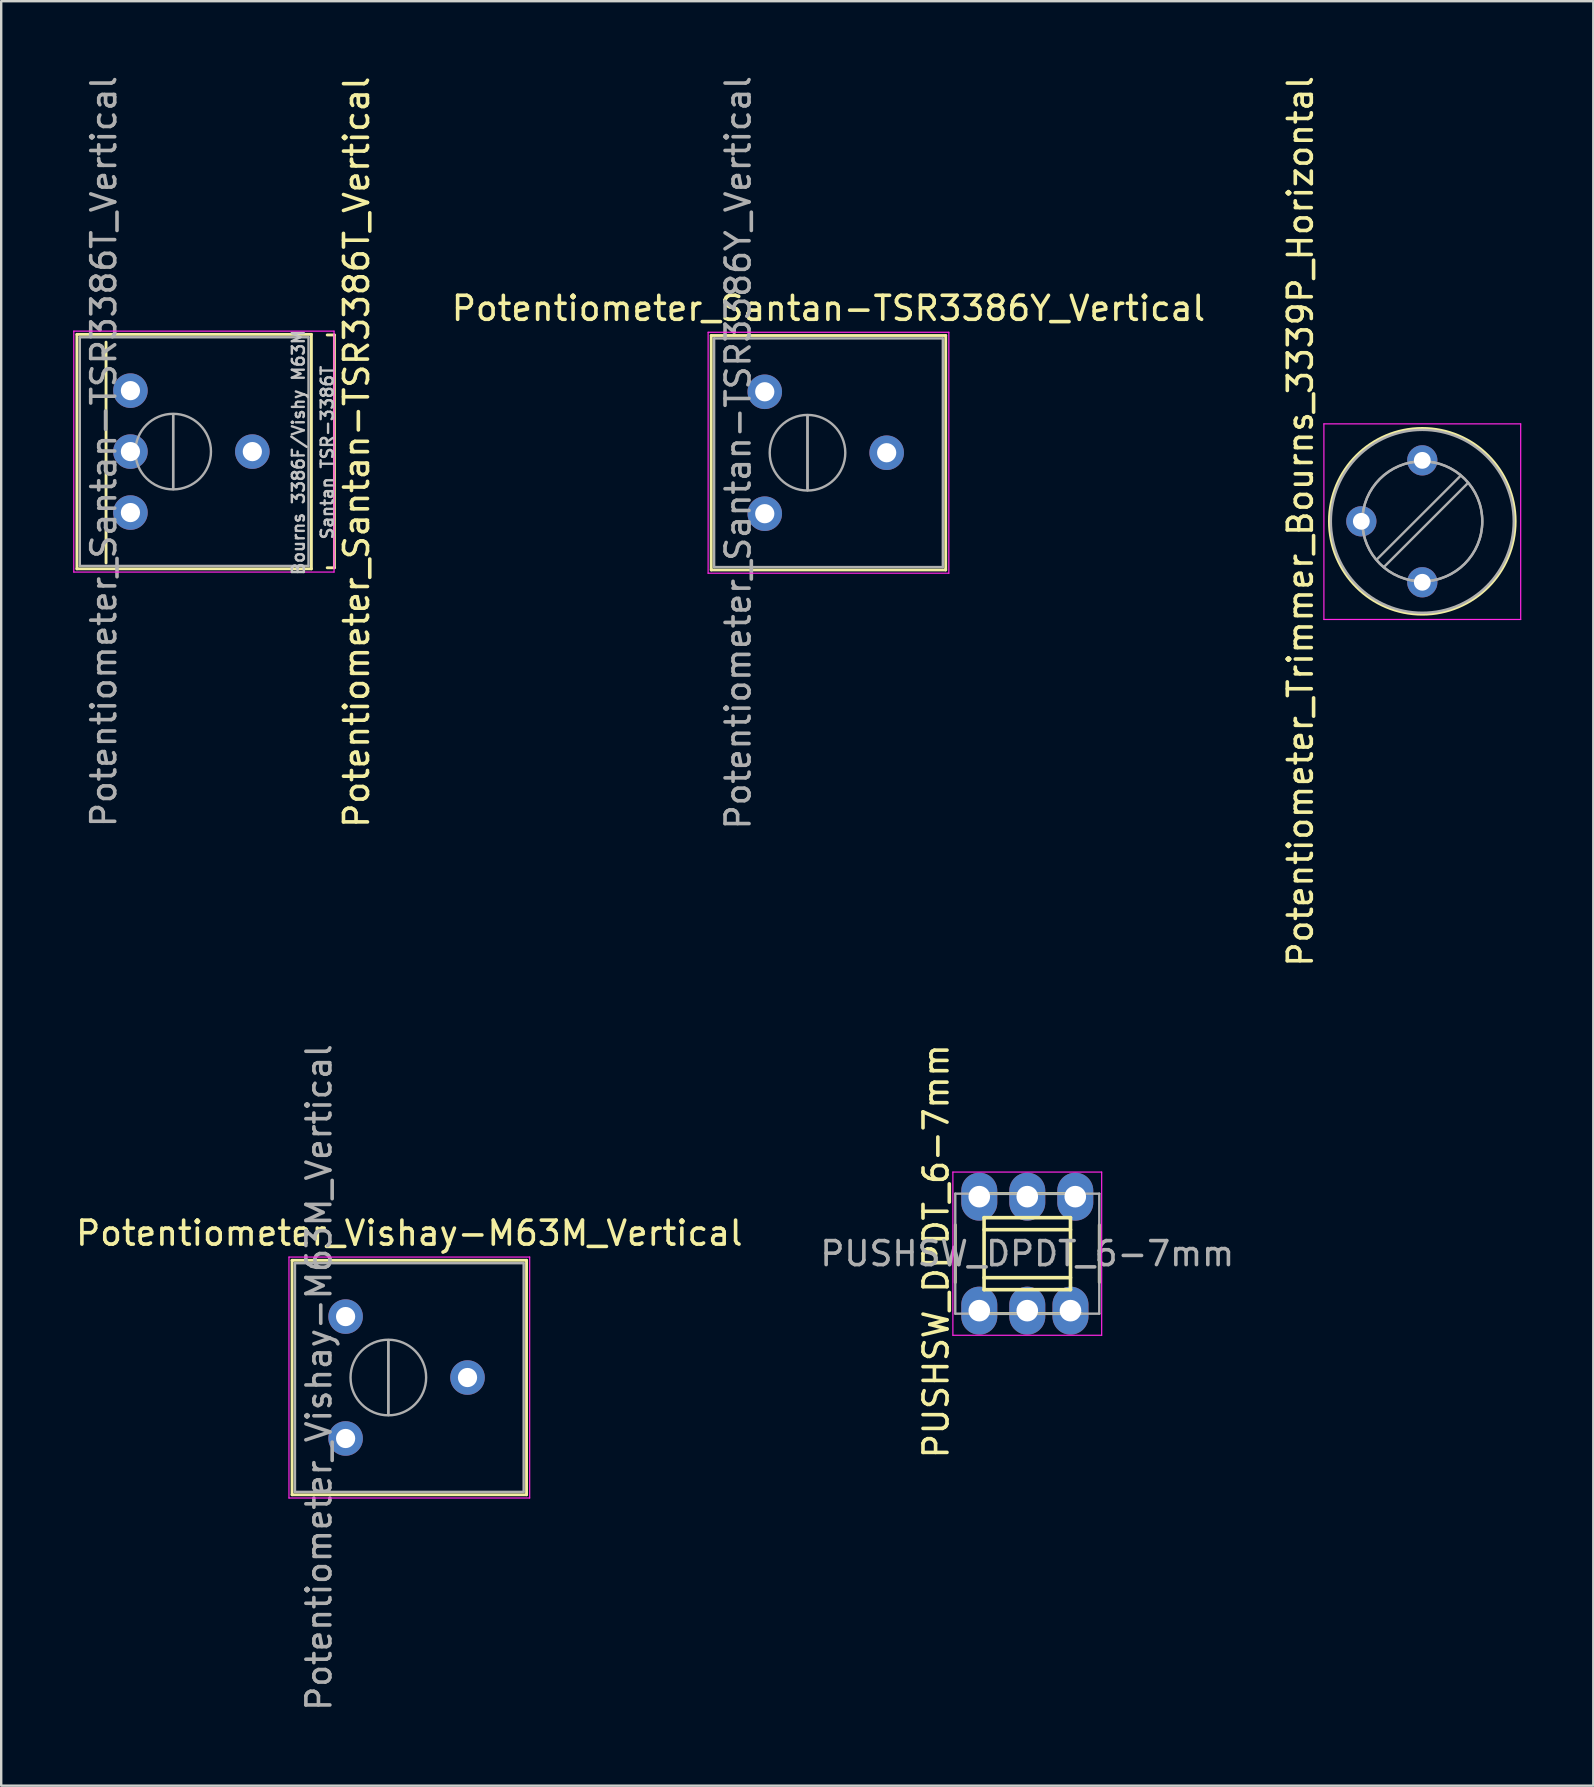
<source format=kicad_pcb>
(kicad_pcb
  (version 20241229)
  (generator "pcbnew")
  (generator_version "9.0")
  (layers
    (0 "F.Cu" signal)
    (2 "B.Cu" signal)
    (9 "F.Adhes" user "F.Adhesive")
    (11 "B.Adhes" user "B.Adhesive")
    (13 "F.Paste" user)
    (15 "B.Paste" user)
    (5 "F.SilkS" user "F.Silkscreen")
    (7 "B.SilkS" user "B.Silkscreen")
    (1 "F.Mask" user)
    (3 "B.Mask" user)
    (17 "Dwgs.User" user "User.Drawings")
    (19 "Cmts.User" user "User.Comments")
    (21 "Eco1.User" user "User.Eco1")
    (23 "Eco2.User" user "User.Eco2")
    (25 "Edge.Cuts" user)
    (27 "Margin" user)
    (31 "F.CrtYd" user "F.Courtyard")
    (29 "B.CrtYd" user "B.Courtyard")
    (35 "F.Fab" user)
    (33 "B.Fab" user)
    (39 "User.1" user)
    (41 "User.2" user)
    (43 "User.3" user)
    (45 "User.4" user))
  (footprint "Potentiometer_Santan-TSR3386T_Vertical"
    (layer "F.Cu")
    (at 2.385 18.308)
    (property "Reference" "Potentiometer_Santan-TSR3386T_Vertical" (at 9.423 -2.515 270) (layer "F.SilkS") (effects (font (size 1 1) (thickness 0.15))))
    (attr through_hole)
    (fp_line (start -2.23 -7.425) (end -2.23 2.345) (stroke (width 0.12) (type solid)) (layer "F.SilkS"))
    (fp_line (start -2.23 -7.425) (end 7.54 -7.425) (stroke (width 0.12) (type solid)) (layer "F.SilkS"))
    (fp_line (start -2.23 2.345) (end 7.54 2.345) (stroke (width 0.12) (type solid)) (layer "F.SilkS"))
    (fp_line (start -1.016 2.1) (end -1.016 -7.1) (stroke (width 0.12) (type solid)) (layer "F.SilkS"))
    (fp_line (start 7.54 -7.425) (end 7.54 2.345) (stroke (width 0.12) (type solid)) (layer "F.SilkS"))
    (fp_line (start 8.2 -7.4) (end 8.5 -7.4) (stroke (width 0.12) (type solid)) (layer "F.SilkS"))
    (fp_line (start 8.5 -7.4) (end 8.5 2.3) (stroke (width 0.12) (type solid)) (layer "F.SilkS"))
    (fp_line (start 8.5 2.3) (end 8.2 2.3) (stroke (width 0.12) (type solid)) (layer "F.SilkS"))
    (fp_line (start -2.36 -7.56) (end -2.36 2.48) (stroke (width 0.05) (type solid)) (layer "F.CrtYd"))
    (fp_line (start -2.36 2.48) (end 8.484 2.48) (stroke (width 0.05) (type solid)) (layer "F.CrtYd"))
    (fp_line (start 8.484 -7.56) (end -2.36 -7.56) (stroke (width 0.05) (type solid)) (layer "F.CrtYd"))
    (fp_line (start 8.484 2.48) (end 8.484 -7.56) (stroke (width 0.05) (type solid)) (layer "F.CrtYd"))
    (fp_line (start -2.11 -7.305) (end -2.11 2.225) (stroke (width 0.1) (type solid)) (layer "F.Fab"))
    (fp_line (start -2.11 2.225) (end 7.42 2.225) (stroke (width 0.1) (type solid)) (layer "F.Fab"))
    (fp_line (start 1.781 -0.98) (end 1.781 -4.099) (stroke (width 0.1) (type solid)) (layer "F.Fab"))
    (fp_line (start 1.781 -0.98) (end 1.781 -4.099) (stroke (width 0.1) (type solid)) (layer "F.Fab"))
    (fp_line (start 7.42 -7.305) (end -2.11 -7.305) (stroke (width 0.1) (type solid)) (layer "F.Fab"))
    (fp_line (start 7.42 2.225) (end 7.42 -7.305) (stroke (width 0.1) (type solid)) (layer "F.Fab"))
    (fp_circle (center 1.781 -2.54) (end 3.356 -2.54) (stroke (width 0.1) (type solid)) (fill no) (layer "F.Fab"))
    (fp_text user "Bourns 3386F/Vishy M63M" (at 7 -2.5 90) (layer "Dwgs.User") (effects (font (size 0.5 0.5) (thickness 0.1))))
    (fp_text user "Santan TSR-3386T" (at 8.2 -2.5 90) (layer "Dwgs.User") (effects (font (size 0.5 0.5) (thickness 0.1))))
    (fp_text user "${REFERENCE}" (at -1.11 -2.54 90) (layer "F.Fab") (effects (font (size 1 1) (thickness 0.15))))
    (pad "1" thru_hole circle (at 0 -5.08) (size 1.44 1.44) (drill 0.8) (layers "*.Cu" "*.Mask"))
    (pad "2" thru_hole circle (at 0 -2.54) (size 1.44 1.44) (drill 0.8) (layers "*.Cu" "*.Mask"))
    (pad "2" thru_hole circle (at 5.08 -2.54) (size 1.44 1.44) (drill 0.8) (layers "*.Cu" "*.Mask"))
    (pad "3" thru_hole circle (at 0 0) (size 1.44 1.44) (drill 0.8) (layers "*.Cu" "*.Mask")))
  (footprint "Potentiometer_Vishay-M63M_Vertical"
    (layer "F.Cu")
    (at 11.351 56.891)
    (property "Reference" "Potentiometer_Vishay-M63M_Vertical" (at 2.655 -8.555 0) (layer "F.SilkS") (effects (font (size 1 1) (thickness 0.15))))
    (attr through_hole)
    (fp_line (start -2.23 -7.425) (end -2.23 2.345) (stroke (width 0.12) (type solid)) (layer "F.SilkS"))
    (fp_line (start -2.23 -7.425) (end 7.54 -7.425) (stroke (width 0.12) (type solid)) (layer "F.SilkS"))
    (fp_line (start -2.23 2.345) (end 7.54 2.345) (stroke (width 0.12) (type solid)) (layer "F.SilkS"))
    (fp_line (start 7.54 -7.425) (end 7.54 2.345) (stroke (width 0.12) (type solid)) (layer "F.SilkS"))
    (fp_line (start -2.36 -7.56) (end -2.36 2.48) (stroke (width 0.05) (type solid)) (layer "F.CrtYd"))
    (fp_line (start -2.36 2.48) (end 7.67 2.48) (stroke (width 0.05) (type solid)) (layer "F.CrtYd"))
    (fp_line (start 7.67 -7.56) (end -2.36 -7.56) (stroke (width 0.05) (type solid)) (layer "F.CrtYd"))
    (fp_line (start 7.67 2.48) (end 7.67 -7.56) (stroke (width 0.05) (type solid)) (layer "F.CrtYd"))
    (fp_line (start -2.11 -7.305) (end -2.11 2.225) (stroke (width 0.1) (type solid)) (layer "F.Fab"))
    (fp_line (start -2.11 2.225) (end 7.42 2.225) (stroke (width 0.1) (type solid)) (layer "F.Fab"))
    (fp_line (start 1.781 -0.98) (end 1.781 -4.099) (stroke (width 0.1) (type solid)) (layer "F.Fab"))
    (fp_line (start 1.781 -0.98) (end 1.781 -4.099) (stroke (width 0.1) (type solid)) (layer "F.Fab"))
    (fp_line (start 7.42 -7.305) (end -2.11 -7.305) (stroke (width 0.1) (type solid)) (layer "F.Fab"))
    (fp_line (start 7.42 2.225) (end 7.42 -7.305) (stroke (width 0.1) (type solid)) (layer "F.Fab"))
    (fp_circle (center 1.781 -2.54) (end 3.356 -2.54) (stroke (width 0.1) (type solid)) (fill no) (layer "F.Fab"))
    (fp_text user "${REFERENCE}" (at -1.11 -2.54 90) (layer "F.Fab") (effects (font (size 1 1) (thickness 0.15))))
    (pad "1" thru_hole circle (at 0 0) (size 1.44 1.44) (drill 0.8) (layers "*.Cu" "*.Mask"))
    (pad "2" thru_hole circle (at 5.08 -2.54) (size 1.44 1.44) (drill 0.8) (layers "*.Cu" "*.Mask"))
    (pad "3" thru_hole circle (at 0 -5.08) (size 1.44 1.44) (drill 0.8) (layers "*.Cu" "*.Mask")))
  (footprint "Potentiometer_Santan-TSR3386Y_Vertical"
    (layer "F.Cu")
    (at 28.817 18.355)
    (property "Reference" "Potentiometer_Santan-TSR3386Y_Vertical" (at 2.655 -8.555 0) (layer "F.SilkS") (effects (font (size 1 1) (thickness 0.15))))
    (attr through_hole)
    (fp_line (start -2.23 -7.425) (end -2.23 2.345) (stroke (width 0.12) (type solid)) (layer "F.SilkS"))
    (fp_line (start -2.23 -7.425) (end 7.54 -7.425) (stroke (width 0.12) (type solid)) (layer "F.SilkS"))
    (fp_line (start -2.23 2.345) (end 7.54 2.345) (stroke (width 0.12) (type solid)) (layer "F.SilkS"))
    (fp_line (start 7.54 -7.425) (end 7.54 2.345) (stroke (width 0.12) (type solid)) (layer "F.SilkS"))
    (fp_line (start -2.36 -7.56) (end -2.36 2.48) (stroke (width 0.05) (type solid)) (layer "F.CrtYd"))
    (fp_line (start -2.36 2.48) (end 7.67 2.48) (stroke (width 0.05) (type solid)) (layer "F.CrtYd"))
    (fp_line (start 7.67 -7.56) (end -2.36 -7.56) (stroke (width 0.05) (type solid)) (layer "F.CrtYd"))
    (fp_line (start 7.67 2.48) (end 7.67 -7.56) (stroke (width 0.05) (type solid)) (layer "F.CrtYd"))
    (fp_line (start -2.11 -7.305) (end -2.11 2.225) (stroke (width 0.1) (type solid)) (layer "F.Fab"))
    (fp_line (start -2.11 2.225) (end 7.42 2.225) (stroke (width 0.1) (type solid)) (layer "F.Fab"))
    (fp_line (start 1.781 -0.98) (end 1.781 -4.099) (stroke (width 0.1) (type solid)) (layer "F.Fab"))
    (fp_line (start 1.781 -0.98) (end 1.781 -4.099) (stroke (width 0.1) (type solid)) (layer "F.Fab"))
    (fp_line (start 7.42 -7.305) (end -2.11 -7.305) (stroke (width 0.1) (type solid)) (layer "F.Fab"))
    (fp_line (start 7.42 2.225) (end 7.42 -7.305) (stroke (width 0.1) (type solid)) (layer "F.Fab"))
    (fp_circle (center 1.781 -2.54) (end 3.356 -2.54) (stroke (width 0.1) (type solid)) (fill no) (layer "F.Fab"))
    (fp_text user "${REFERENCE}" (at -1.11 -2.54 90) (layer "F.Fab") (effects (font (size 1 1) (thickness 0.15))))
    (pad "1" thru_hole circle (at 0 -5.08) (size 1.44 1.44) (drill 0.8) (layers "*.Cu" "*.Mask"))
    (pad "2" thru_hole circle (at 5.08 -2.54) (size 1.44 1.44) (drill 0.8) (layers "*.Cu" "*.Mask"))
    (pad "3" thru_hole circle (at 0 0) (size 1.44 1.44) (drill 0.8) (layers "*.Cu" "*.Mask")))
  (footprint "Potentiometer_Trimmer_Bourns_3339P_Horizontal"
    (layer "F.Cu")
    (at 56.216 21.213)
    (property "Reference" "Potentiometer_Trimmer_Bourns_3339P_Horizontal" (at -5.08 -2.54 90) (layer "F.SilkS") (effects (font (size 1 1) (thickness 0.15))))
    (attr through_hole)
    (fp_circle (center 0 -2.54) (end 3.87 -2.54) (stroke (width 0.12) (type solid)) (fill no) (layer "F.SilkS"))
    (fp_line (start -4.1 -6.6) (end -4.1 1.55) (stroke (width 0.05) (type solid)) (layer "F.CrtYd"))
    (fp_line (start -4.1 1.55) (end 4.1 1.55) (stroke (width 0.05) (type solid)) (layer "F.CrtYd"))
    (fp_line (start 4.1 -6.6) (end -4.1 -6.6) (stroke (width 0.05) (type solid)) (layer "F.CrtYd"))
    (fp_line (start 4.1 1.55) (end 4.1 -6.6) (stroke (width 0.05) (type solid)) (layer "F.CrtYd"))
    (fp_line (start 1.592 -4.435) (end -1.897 -0.949) (stroke (width 0.1) (type solid)) (layer "F.Fab"))
    (fp_line (start 1.897 -4.13) (end -1.592 -0.644) (stroke (width 0.1) (type solid)) (layer "F.Fab"))
    (fp_circle (center 0 -2.54) (end 2.5 -2.54) (stroke (width 0.1) (type solid)) (fill no) (layer "F.Fab"))
    (fp_circle (center 0 -2.54) (end 2.5 -2.54) (stroke (width 0.1) (type solid)) (fill no) (layer "F.Fab"))
    (fp_circle (center 0 -2.54) (end 3.81 -2.54) (stroke (width 0.1) (type solid)) (fill no) (layer "F.Fab"))
    (pad "1" thru_hole circle (at 0 0) (size 1.26 1.26) (drill 0.7) (layers "*.Cu" "*.Mask"))
    (pad "2" thru_hole circle (at -2.54 -2.54) (size 1.26 1.26) (drill 0.7) (layers "*.Cu" "*.Mask"))
    (pad "3" thru_hole circle (at 0 -5.08) (size 1.26 1.26) (drill 0.7) (layers "*.Cu" "*.Mask")))
  (footprint "PUSHSW_DPDT_6-7mm"
    (layer "F.Cu")
    (at 39.756 49.189)
    (property "Reference" "PUSHSW_DPDT_6-7mm" (at -3.8 -0.1 90) (layer "F.SilkS") (effects (font (size 1 1) (thickness 0.15))))
    (attr through_hole)
    (fp_line (start -3 -1.2) (end -3 1.2) (stroke (width 0.12) (type solid)) (layer "F.SilkS"))
    (fp_line (start -2.25 2.5) (end 2.25 2.5) (stroke (width 0.12) (type solid)) (layer "F.SilkS"))
    (fp_line (start -1.8 -1.5) (end -1.8 1.5) (stroke (width 0.15) (type solid)) (layer "F.SilkS"))
    (fp_line (start -1.8 -1) (end 1.8 -1) (stroke (width 0.15) (type solid)) (layer "F.SilkS"))
    (fp_line (start -1.8 1) (end 1.8 1) (stroke (width 0.15) (type solid)) (layer "F.SilkS"))
    (fp_line (start -1.8 1.5) (end 1.8 1.5) (stroke (width 0.15) (type solid)) (layer "F.SilkS"))
    (fp_line (start 1.8 -1.5) (end -1.8 -1.5) (stroke (width 0.15) (type solid)) (layer "F.SilkS"))
    (fp_line (start 1.8 1.5) (end 1.8 -1.5) (stroke (width 0.15) (type solid)) (layer "F.SilkS"))
    (fp_line (start 2.25 -2.5) (end -2.25 -2.5) (stroke (width 0.12) (type solid)) (layer "F.SilkS"))
    (fp_line (start 3 1.2) (end 3 -1.2) (stroke (width 0.12) (type solid)) (layer "F.SilkS"))
    (fp_line (start -3.1 -3.4) (end 3.1 -3.4) (stroke (width 0.05) (type solid)) (layer "F.CrtYd"))
    (fp_line (start -3.1 3.4) (end -3.1 -3.4) (stroke (width 0.05) (type solid)) (layer "F.CrtYd"))
    (fp_line (start 3.1 -3.4) (end 3.1 3.4) (stroke (width 0.05) (type solid)) (layer "F.CrtYd"))
    (fp_line (start 3.1 3.4) (end -3.1 3.4) (stroke (width 0.05) (type solid)) (layer "F.CrtYd"))
    (fp_line (start -3 -2.5) (end 0 -2.5) (stroke (width 0.1) (type solid)) (layer "F.Fab"))
    (fp_line (start -3 2.5) (end -3 -2.5) (stroke (width 0.1) (type solid)) (layer "F.Fab"))
    (fp_line (start 0 -2.5) (end 3 -2.5) (stroke (width 0.1) (type solid)) (layer "F.Fab"))
    (fp_line (start 3 -2.5) (end 3 2.5) (stroke (width 0.1) (type solid)) (layer "F.Fab"))
    (fp_line (start 3 2.5) (end -3 2.5) (stroke (width 0.1) (type solid)) (layer "F.Fab"))
    (fp_text user "${REFERENCE}" (at 0 0 0) (layer "F.Fab") (effects (font (size 1 1) (thickness 0.15))))
    (pad "1" thru_hole oval (at -2 2.375 90) (size 2 1.5) (drill 0.9) (layers "*.Cu" "*.Mask"))
    (pad "2" thru_hole oval (at 0 2.375 90) (size 2 1.5) (drill 0.9) (layers "*.Cu" "*.Mask"))
    (pad "3" thru_hole oval (at 1.8 2.375 90) (size 2 1.5) (drill 0.9) (layers "*.Cu" "*.Mask"))
    (pad "4" thru_hole oval (at -2 -2.375 90) (size 2 1.5) (drill 0.9) (layers "*.Cu" "*.Mask"))
    (pad "5" thru_hole oval (at 0 -2.375 90) (size 2 1.5) (drill 0.9) (layers "*.Cu" "*.Mask"))
    (pad "6" thru_hole oval (at 2 -2.375 90) (size 2 1.5) (drill 0.9) (layers "*.Cu" "*.Mask")))
  (gr_rect
    (start -3 -3)
    (end 63.341 71.357)
    (stroke (width 0.1) (type default))
    (fill no)
    (layer "Edge.Cuts")))
</source>
